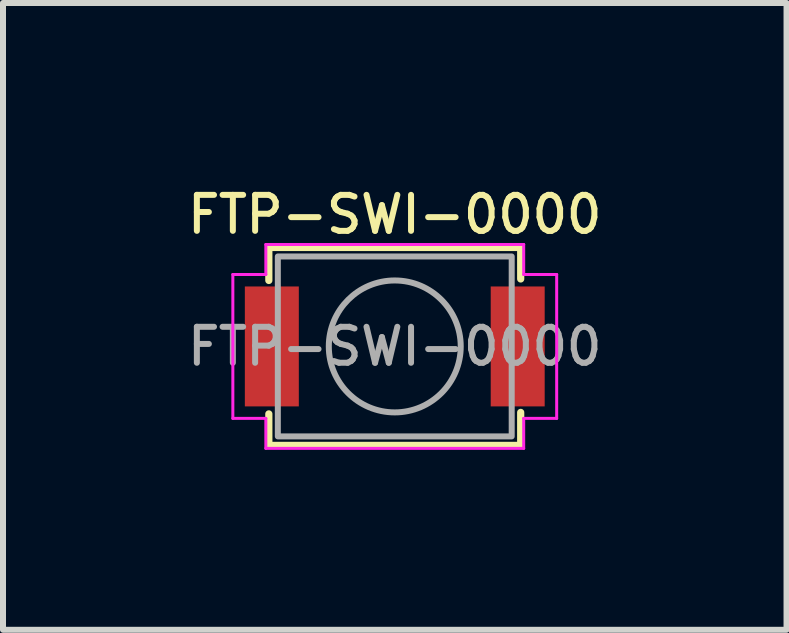
<source format=kicad_pcb>
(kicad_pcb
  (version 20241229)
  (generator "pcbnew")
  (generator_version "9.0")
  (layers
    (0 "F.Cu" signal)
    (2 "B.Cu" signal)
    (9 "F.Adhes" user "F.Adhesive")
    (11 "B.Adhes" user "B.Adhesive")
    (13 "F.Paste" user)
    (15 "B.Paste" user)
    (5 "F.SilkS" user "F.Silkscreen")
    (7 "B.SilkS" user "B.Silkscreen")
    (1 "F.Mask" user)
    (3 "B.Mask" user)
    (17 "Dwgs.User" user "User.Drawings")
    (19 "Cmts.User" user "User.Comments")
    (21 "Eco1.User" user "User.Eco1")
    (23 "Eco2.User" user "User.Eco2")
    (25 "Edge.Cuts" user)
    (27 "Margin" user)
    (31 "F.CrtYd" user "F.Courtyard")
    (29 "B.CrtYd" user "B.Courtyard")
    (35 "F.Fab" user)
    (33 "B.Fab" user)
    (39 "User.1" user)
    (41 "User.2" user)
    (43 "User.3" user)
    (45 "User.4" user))
  (footprint "FTP-SWI-0000"
    (layer "F.Cu")
    (at 3.533 2.727)
    (property "Reference" "FTP-SWI-0000" (at 0 -2.2 0) (layer "F.SilkS") (effects (font (size 0.6 0.6) (thickness 0.1) (bold yes))))
    (attr smd)
    (fp_line (start -2.1 -1.65) (end 2.1 -1.65) (stroke (width 0.12) (type solid)) (layer "F.SilkS"))
    (fp_line (start -2.1 -1.1) (end -2.1 -1.65) (stroke (width 0.12) (type solid)) (layer "F.SilkS"))
    (fp_line (start -2.1 1.65) (end -2.1 1.125) (stroke (width 0.12) (type solid)) (layer "F.SilkS"))
    (fp_line (start 2.1 -1.65) (end 2.1 -1.125) (stroke (width 0.12) (type solid)) (layer "F.SilkS"))
    (fp_line (start 2.1 1.1) (end 2.1 1.65) (stroke (width 0.12) (type solid)) (layer "F.SilkS"))
    (fp_line (start 2.1 1.65) (end -2.1 1.65) (stroke (width 0.12) (type solid)) (layer "F.SilkS"))
    (fp_line (start -2.7 -1.2) (end -2.7 1.2) (stroke (width 0.05) (type solid)) (layer "F.CrtYd"))
    (fp_line (start -2.15 -1.7) (end -2.15 -1.2) (stroke (width 0.05) (type solid)) (layer "F.CrtYd"))
    (fp_line (start -2.15 -1.2) (end -2.7 -1.2) (stroke (width 0.05) (type solid)) (layer "F.CrtYd"))
    (fp_line (start -2.15 1.2) (end -2.7 1.2) (stroke (width 0.05) (type solid)) (layer "F.CrtYd"))
    (fp_line (start -2.15 1.7) (end -2.15 1.2) (stroke (width 0.05) (type solid)) (layer "F.CrtYd"))
    (fp_line (start -2.15 1.7) (end 2.15 1.7) (stroke (width 0.05) (type solid)) (layer "F.CrtYd"))
    (fp_line (start 2.15 -1.7) (end -2.15 -1.7) (stroke (width 0.05) (type solid)) (layer "F.CrtYd"))
    (fp_line (start 2.15 -1.7) (end 2.15 -1.2) (stroke (width 0.05) (type solid)) (layer "F.CrtYd"))
    (fp_line (start 2.15 -1.2) (end 2.7 -1.2) (stroke (width 0.05) (type solid)) (layer "F.CrtYd"))
    (fp_line (start 2.15 1.2) (end 2.7 1.2) (stroke (width 0.05) (type solid)) (layer "F.CrtYd"))
    (fp_line (start 2.15 1.7) (end 2.15 1.2) (stroke (width 0.05) (type solid)) (layer "F.CrtYd"))
    (fp_line (start 2.7 1.2) (end 2.7 -1.2) (stroke (width 0.05) (type solid)) (layer "F.CrtYd"))
    (fp_rect (start -1.95 -1.5) (end 1.95 1.5) (stroke (width 0.1) (type solid)) (fill no) (layer "F.Fab"))
    (fp_circle (center 0 0) (end 1.1 0) (stroke (width 0.1) (type solid)) (fill no) (layer "F.Fab"))
    (fp_text user "${REFERENCE}" (at 0 0 0) (layer "F.Fab") (effects (font (size 0.6 0.6) (thickness 0.1) (bold yes))))
    (pad "1" smd rect (at -2.05 0) (size 0.9 2) (layers "F.Cu" "F.Mask" "F.Paste"))
    (pad "2" smd rect (at 2.05 0) (size 0.9 2) (layers "F.Cu" "F.Mask" "F.Paste")))
  (gr_rect
    (start -3 -3)
    (end 10.066 7.452)
    (stroke (width 0.1) (type default))
    (fill no)
    (layer "Edge.Cuts")))
</source>
